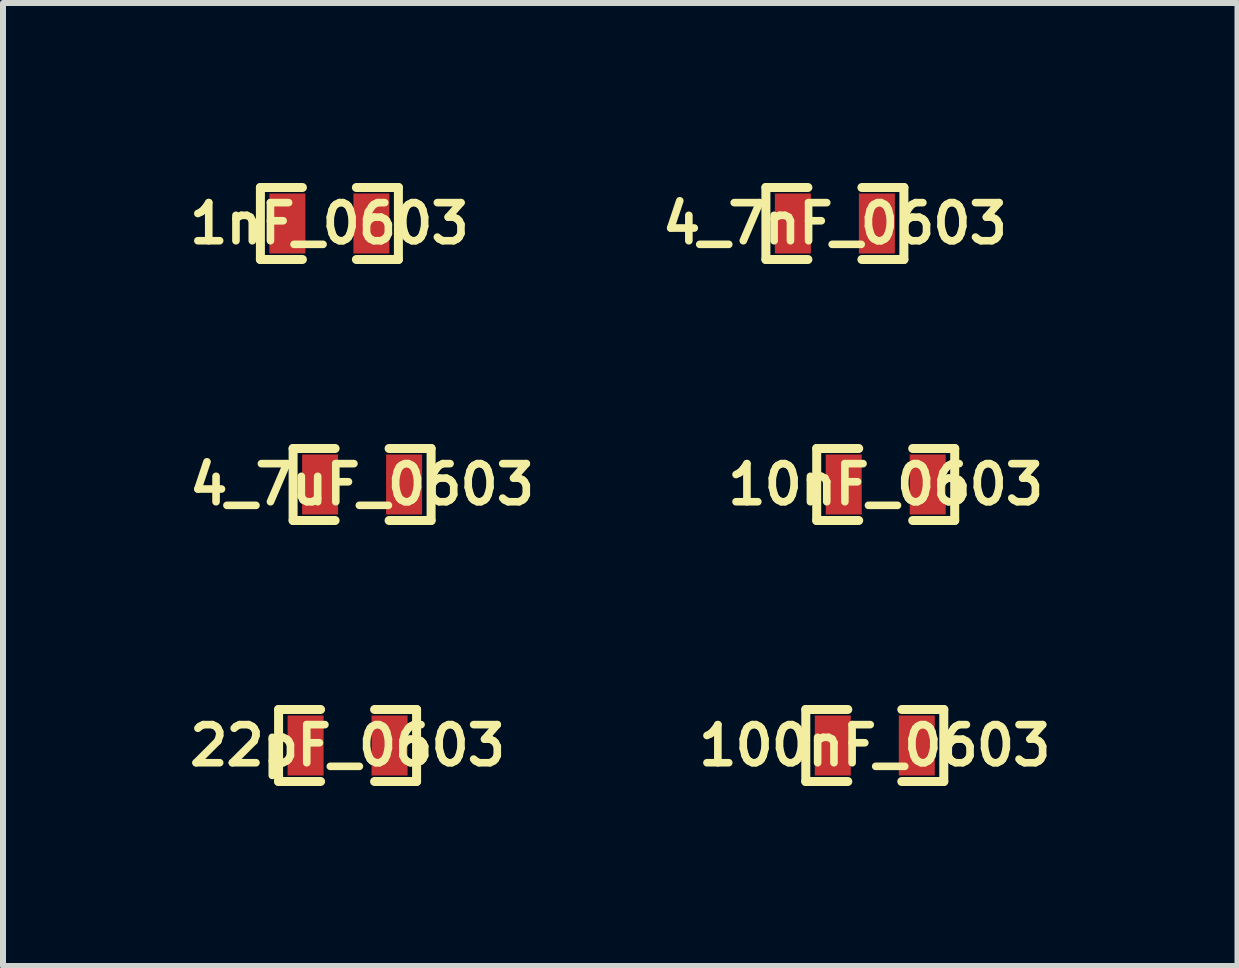
<source format=kicad_pcb>
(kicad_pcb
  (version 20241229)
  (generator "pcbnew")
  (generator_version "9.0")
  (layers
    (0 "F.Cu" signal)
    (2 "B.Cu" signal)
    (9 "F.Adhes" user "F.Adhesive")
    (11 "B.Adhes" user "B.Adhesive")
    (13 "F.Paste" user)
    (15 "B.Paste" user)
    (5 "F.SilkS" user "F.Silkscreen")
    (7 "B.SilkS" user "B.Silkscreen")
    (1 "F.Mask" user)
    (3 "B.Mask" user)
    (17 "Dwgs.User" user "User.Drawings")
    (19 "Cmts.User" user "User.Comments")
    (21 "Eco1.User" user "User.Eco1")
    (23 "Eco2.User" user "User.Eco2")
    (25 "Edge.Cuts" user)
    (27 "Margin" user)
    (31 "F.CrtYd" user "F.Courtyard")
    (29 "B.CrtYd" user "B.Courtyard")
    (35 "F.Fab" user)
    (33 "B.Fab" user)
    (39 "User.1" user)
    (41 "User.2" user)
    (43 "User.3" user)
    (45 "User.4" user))
  (footprint "100nF_0603"
    (layer "F.Cu")
    (at 11.53 9.375)
    (property "Reference" "100nF_0603" (at 0 0 0) (layer "F.SilkS") (effects (font (size 0.635 0.635) (thickness 0.127))))
    (attr smd)
    (fp_line (start -1.15 -0.6) (end -1.15 0.6) (stroke (width 0.15) (type solid)) (layer "F.SilkS"))
    (fp_line (start -1.15 0.6) (end -0.45 0.6) (stroke (width 0.15) (type solid)) (layer "F.SilkS"))
    (fp_line (start -0.45 -0.6) (end -1.15 -0.6) (stroke (width 0.15) (type solid)) (layer "F.SilkS"))
    (fp_line (start 0.45 -0.6) (end 1.15 -0.6) (stroke (width 0.15) (type solid)) (layer "F.SilkS"))
    (fp_line (start 1.15 -0.6) (end 1.15 0.6) (stroke (width 0.15) (type solid)) (layer "F.SilkS"))
    (fp_line (start 1.15 0.6) (end 0.45 0.6) (stroke (width 0.15) (type solid)) (layer "F.SilkS"))
    (pad "1" smd rect (at -0.7 0) (size 0.6 1) (layers "F.Cu" "F.Mask" "F.Paste"))
    (pad "2" smd rect (at 0.7 0) (size 0.6 1) (layers "F.Cu" "F.Mask" "F.Paste")))
  (footprint "1nF_0603"
    (layer "F.Cu")
    (at 2.44 0.675)
    (property "Reference" "1nF_0603" (at 0 0 0) (layer "F.SilkS") (effects (font (size 0.635 0.635) (thickness 0.127))))
    (attr smd)
    (fp_line (start -1.15 -0.6) (end -1.15 0.6) (stroke (width 0.15) (type solid)) (layer "F.SilkS"))
    (fp_line (start -1.15 0.6) (end -0.45 0.6) (stroke (width 0.15) (type solid)) (layer "F.SilkS"))
    (fp_line (start -0.45 -0.6) (end -1.15 -0.6) (stroke (width 0.15) (type solid)) (layer "F.SilkS"))
    (fp_line (start 0.45 -0.6) (end 1.15 -0.6) (stroke (width 0.15) (type solid)) (layer "F.SilkS"))
    (fp_line (start 1.15 -0.6) (end 1.15 0.6) (stroke (width 0.15) (type solid)) (layer "F.SilkS"))
    (fp_line (start 1.15 0.6) (end 0.45 0.6) (stroke (width 0.15) (type solid)) (layer "F.SilkS"))
    (pad "1" smd rect (at -0.7 0) (size 0.6 1) (layers "F.Cu" "F.Mask" "F.Paste"))
    (pad "2" smd rect (at 0.7 0) (size 0.6 1) (layers "F.Cu" "F.Mask" "F.Paste")))
  (footprint "4_7uF_0603"
    (layer "F.Cu")
    (at 2.985 5.025)
    (property "Reference" "4_7uF_0603" (at 0 0 0) (layer "F.SilkS") (effects (font (size 0.635 0.635) (thickness 0.127))))
    (attr smd)
    (fp_line (start -1.15 -0.6) (end -1.15 0.6) (stroke (width 0.15) (type solid)) (layer "F.SilkS"))
    (fp_line (start -1.15 0.6) (end -0.45 0.6) (stroke (width 0.15) (type solid)) (layer "F.SilkS"))
    (fp_line (start -0.45 -0.6) (end -1.15 -0.6) (stroke (width 0.15) (type solid)) (layer "F.SilkS"))
    (fp_line (start 0.45 -0.6) (end 1.15 -0.6) (stroke (width 0.15) (type solid)) (layer "F.SilkS"))
    (fp_line (start 1.15 -0.6) (end 1.15 0.6) (stroke (width 0.15) (type solid)) (layer "F.SilkS"))
    (fp_line (start 1.15 0.6) (end 0.45 0.6) (stroke (width 0.15) (type solid)) (layer "F.SilkS"))
    (pad "1" smd rect (at -0.7 0) (size 0.6 1) (layers "F.Cu" "F.Mask" "F.Paste"))
    (pad "2" smd rect (at 0.7 0) (size 0.6 1) (layers "F.Cu" "F.Mask" "F.Paste")))
  (footprint "22pF_0603"
    (layer "F.Cu")
    (at 2.743 9.375)
    (property "Reference" "22pF_0603" (at 0 0 0) (layer "F.SilkS") (effects (font (size 0.635 0.635) (thickness 0.127))))
    (attr smd)
    (fp_line (start -1.15 -0.6) (end -1.15 0.6) (stroke (width 0.15) (type solid)) (layer "F.SilkS"))
    (fp_line (start -1.15 0.6) (end -0.45 0.6) (stroke (width 0.15) (type solid)) (layer "F.SilkS"))
    (fp_line (start -0.45 -0.6) (end -1.15 -0.6) (stroke (width 0.15) (type solid)) (layer "F.SilkS"))
    (fp_line (start 0.45 -0.6) (end 1.15 -0.6) (stroke (width 0.15) (type solid)) (layer "F.SilkS"))
    (fp_line (start 1.15 -0.6) (end 1.15 0.6) (stroke (width 0.15) (type solid)) (layer "F.SilkS"))
    (fp_line (start 1.15 0.6) (end 0.45 0.6) (stroke (width 0.15) (type solid)) (layer "F.SilkS"))
    (pad "1" smd rect (at -0.7 0) (size 0.6 1) (layers "F.Cu" "F.Mask" "F.Paste"))
    (pad "2" smd rect (at 0.7 0) (size 0.6 1) (layers "F.Cu" "F.Mask" "F.Paste")))
  (footprint "4_7nF_0603"
    (layer "F.Cu")
    (at 10.865 0.675)
    (property "Reference" "4_7nF_0603" (at 0 0 0) (layer "F.SilkS") (effects (font (size 0.635 0.635) (thickness 0.127))))
    (attr smd)
    (fp_line (start -1.15 -0.6) (end -1.15 0.6) (stroke (width 0.15) (type solid)) (layer "F.SilkS"))
    (fp_line (start -1.15 0.6) (end -0.45 0.6) (stroke (width 0.15) (type solid)) (layer "F.SilkS"))
    (fp_line (start -0.45 -0.6) (end -1.15 -0.6) (stroke (width 0.15) (type solid)) (layer "F.SilkS"))
    (fp_line (start 0.45 -0.6) (end 1.15 -0.6) (stroke (width 0.15) (type solid)) (layer "F.SilkS"))
    (fp_line (start 1.15 -0.6) (end 1.15 0.6) (stroke (width 0.15) (type solid)) (layer "F.SilkS"))
    (fp_line (start 1.15 0.6) (end 0.45 0.6) (stroke (width 0.15) (type solid)) (layer "F.SilkS"))
    (pad "1" smd rect (at -0.7 0) (size 0.6 1) (layers "F.Cu" "F.Mask" "F.Paste"))
    (pad "2" smd rect (at 0.7 0) (size 0.6 1) (layers "F.Cu" "F.Mask" "F.Paste")))
  (footprint "10nF_0603"
    (layer "F.Cu")
    (at 11.712 5.025)
    (property "Reference" "10nF_0603" (at 0 0 0) (layer "F.SilkS") (effects (font (size 0.635 0.635) (thickness 0.127))))
    (attr smd)
    (fp_line (start -1.15 -0.6) (end -1.15 0.6) (stroke (width 0.15) (type solid)) (layer "F.SilkS"))
    (fp_line (start -1.15 0.6) (end -0.45 0.6) (stroke (width 0.15) (type solid)) (layer "F.SilkS"))
    (fp_line (start -0.45 -0.6) (end -1.15 -0.6) (stroke (width 0.15) (type solid)) (layer "F.SilkS"))
    (fp_line (start 0.45 -0.6) (end 1.15 -0.6) (stroke (width 0.15) (type solid)) (layer "F.SilkS"))
    (fp_line (start 1.15 -0.6) (end 1.15 0.6) (stroke (width 0.15) (type solid)) (layer "F.SilkS"))
    (fp_line (start 1.15 0.6) (end 0.45 0.6) (stroke (width 0.15) (type solid)) (layer "F.SilkS"))
    (pad "1" smd rect (at -0.7 0) (size 0.6 1) (layers "F.Cu" "F.Mask" "F.Paste"))
    (pad "2" smd rect (at 0.7 0) (size 0.6 1) (layers "F.Cu" "F.Mask" "F.Paste")))
  (gr_rect
    (start -3 -3)
    (end 17.575 13.05)
    (stroke (width 0.1) (type default))
    (fill no)
    (layer "Edge.Cuts")))
</source>
